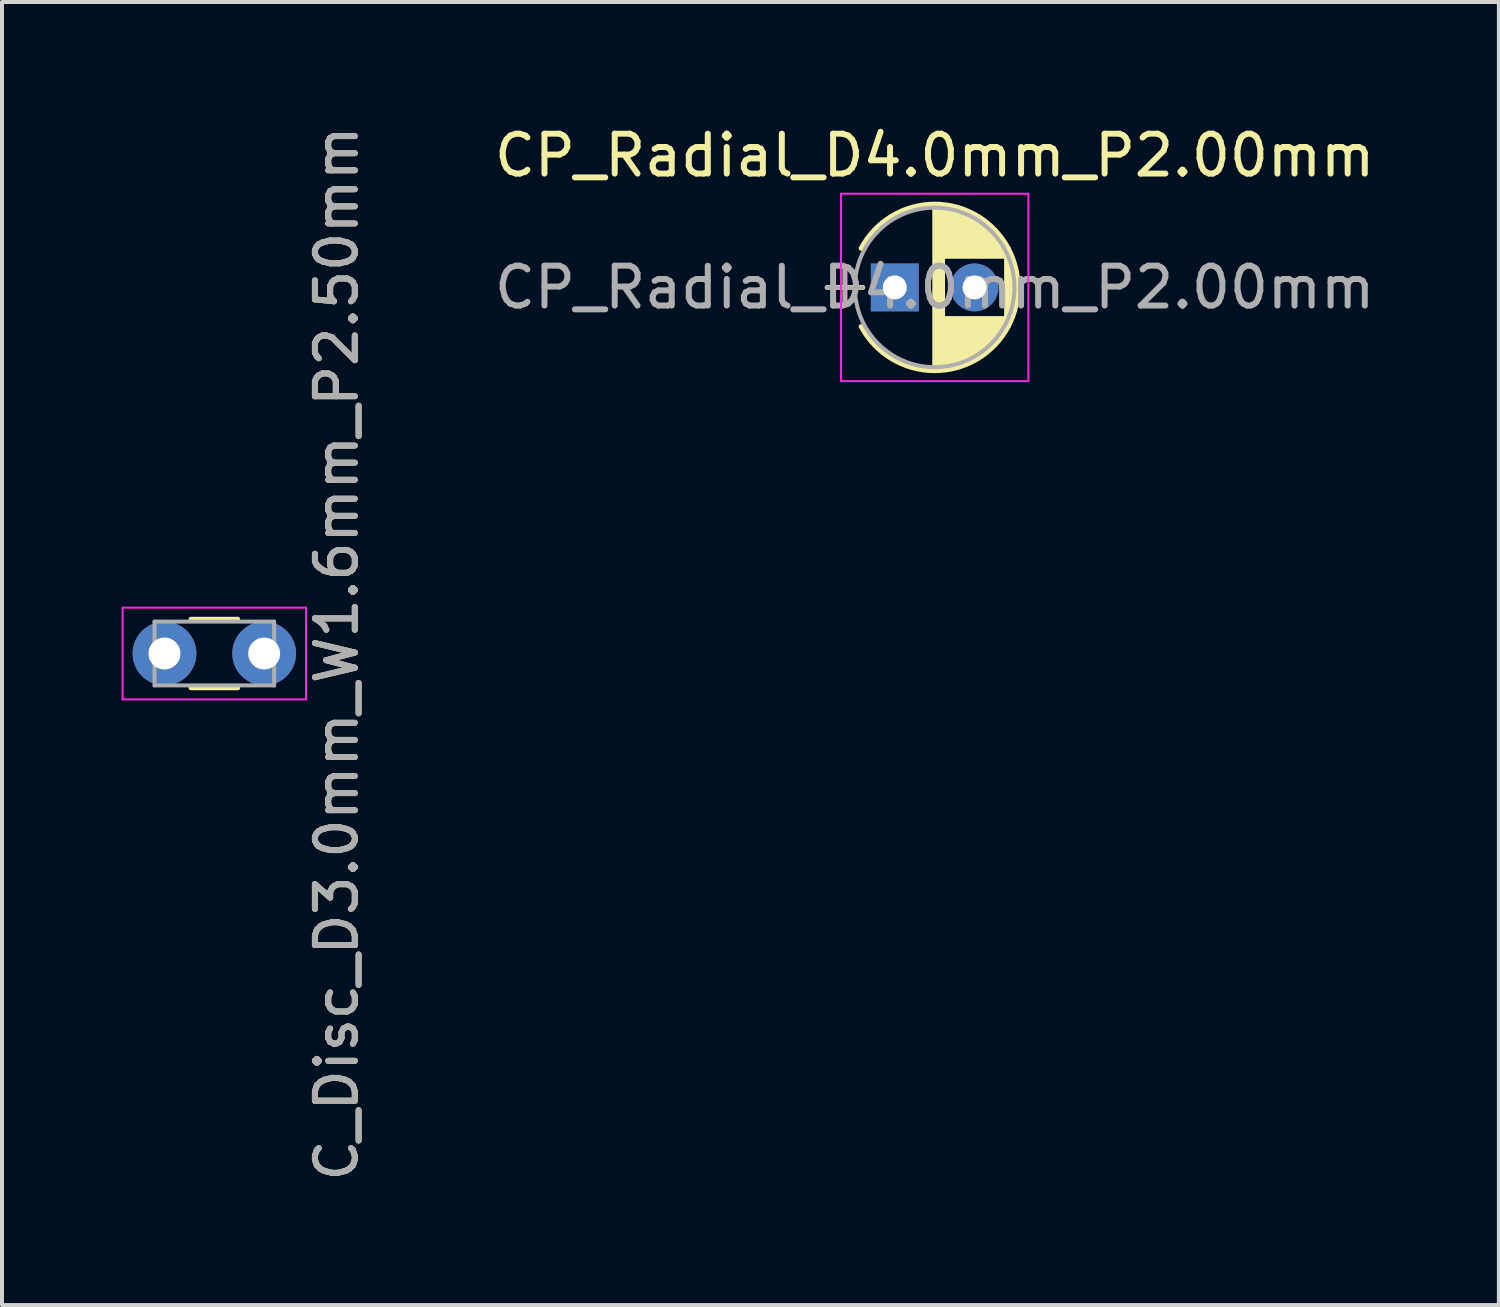
<source format=kicad_pcb>
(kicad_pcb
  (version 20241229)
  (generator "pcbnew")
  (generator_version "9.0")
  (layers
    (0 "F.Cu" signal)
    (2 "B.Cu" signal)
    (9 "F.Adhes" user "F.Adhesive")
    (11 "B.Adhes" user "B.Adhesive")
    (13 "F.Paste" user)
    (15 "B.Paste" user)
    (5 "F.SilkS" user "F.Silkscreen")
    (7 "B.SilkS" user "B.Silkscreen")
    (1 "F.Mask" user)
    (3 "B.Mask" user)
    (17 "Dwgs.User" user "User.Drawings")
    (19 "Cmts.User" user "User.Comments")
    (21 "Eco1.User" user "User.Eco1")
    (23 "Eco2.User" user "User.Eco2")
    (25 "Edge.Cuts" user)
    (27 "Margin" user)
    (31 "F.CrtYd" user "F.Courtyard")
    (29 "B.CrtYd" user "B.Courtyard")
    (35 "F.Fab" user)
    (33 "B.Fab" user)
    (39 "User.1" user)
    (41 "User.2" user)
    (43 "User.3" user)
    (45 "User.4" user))
  (footprint "C_Disc_D3.0mm_W1.6mm_P2.50mm"
    (layer "F.Cu")
    (at 1.075 13.339)
    (property "Reference" "C_Disc_D3.0mm_W1.6mm_P2.50mm" (at 4.318 0 90) (layer "F.SilkS") (effects (font (size 1 1) (thickness 0.15))))
    (attr through_hole)
    (fp_line (start 0.663 -0.861) (end 1.837 -0.861) (stroke (width 0.12) (type solid)) (layer "F.SilkS"))
    (fp_line (start 0.663 0.861) (end 1.837 0.861) (stroke (width 0.12) (type solid)) (layer "F.SilkS"))
    (fp_line (start -1.05 -1.15) (end -1.05 1.15) (stroke (width 0.05) (type solid)) (layer "F.CrtYd"))
    (fp_line (start -1.05 1.15) (end 3.55 1.15) (stroke (width 0.05) (type solid)) (layer "F.CrtYd"))
    (fp_line (start 3.55 -1.15) (end -1.05 -1.15) (stroke (width 0.05) (type solid)) (layer "F.CrtYd"))
    (fp_line (start 3.55 1.15) (end 3.55 -1.15) (stroke (width 0.05) (type solid)) (layer "F.CrtYd"))
    (fp_line (start -0.25 -0.8) (end -0.25 0.8) (stroke (width 0.1) (type solid)) (layer "F.Fab"))
    (fp_line (start -0.25 0.8) (end 2.75 0.8) (stroke (width 0.1) (type solid)) (layer "F.Fab"))
    (fp_line (start 2.75 -0.8) (end -0.25 -0.8) (stroke (width 0.1) (type solid)) (layer "F.Fab"))
    (fp_line (start 2.75 0.8) (end 2.75 -0.8) (stroke (width 0.1) (type solid)) (layer "F.Fab"))
    (fp_text user "${REFERENCE}" (at 4.318 0 90) (layer "F.Fab") (effects (font (size 1 1) (thickness 0.15))))
    (pad "1" thru_hole circle (at 0 0) (size 1.6 1.6) (drill 0.8) (layers "*.Cu" "*.Mask"))
    (pad "2" thru_hole circle (at 2.5 0) (size 1.6 1.6) (drill 0.8) (layers "*.Cu" "*.Mask")))
  (footprint "CP_Radial_D4.0mm_P2.00mm"
    (layer "F.Cu")
    (at 19.39 4.158)
    (property "Reference" "CP_Radial_D4.0mm_P2.00mm" (at 1 -3.31 0) (layer "F.SilkS") (effects (font (size 1 1) (thickness 0.15))))
    (attr through_hole)
    (fp_line (start -1.7 0) (end -0.8 0) (stroke (width 0.12) (type solid)) (layer "F.SilkS"))
    (fp_line (start -1.25 -0.45) (end -1.25 0.45) (stroke (width 0.12) (type solid)) (layer "F.SilkS"))
    (fp_line (start 1 -2.05) (end 1 2.05) (stroke (width 0.12) (type solid)) (layer "F.SilkS"))
    (fp_line (start 1.04 -2.05) (end 1.04 2.05) (stroke (width 0.12) (type solid)) (layer "F.SilkS"))
    (fp_line (start 1.08 -2.049) (end 1.08 2.049) (stroke (width 0.12) (type solid)) (layer "F.SilkS"))
    (fp_line (start 1.12 -2.047) (end 1.12 2.047) (stroke (width 0.12) (type solid)) (layer "F.SilkS"))
    (fp_line (start 1.16 -2.044) (end 1.16 2.044) (stroke (width 0.12) (type solid)) (layer "F.SilkS"))
    (fp_line (start 1.2 -2.041) (end 1.2 2.041) (stroke (width 0.12) (type solid)) (layer "F.SilkS"))
    (fp_line (start 1.24 -2.037) (end 1.24 -0.78) (stroke (width 0.12) (type solid)) (layer "F.SilkS"))
    (fp_line (start 1.24 0.78) (end 1.24 2.037) (stroke (width 0.12) (type solid)) (layer "F.SilkS"))
    (fp_line (start 1.28 -2.032) (end 1.28 -0.78) (stroke (width 0.12) (type solid)) (layer "F.SilkS"))
    (fp_line (start 1.28 0.78) (end 1.28 2.032) (stroke (width 0.12) (type solid)) (layer "F.SilkS"))
    (fp_line (start 1.32 -2.026) (end 1.32 -0.78) (stroke (width 0.12) (type solid)) (layer "F.SilkS"))
    (fp_line (start 1.32 0.78) (end 1.32 2.026) (stroke (width 0.12) (type solid)) (layer "F.SilkS"))
    (fp_line (start 1.36 -2.019) (end 1.36 -0.78) (stroke (width 0.12) (type solid)) (layer "F.SilkS"))
    (fp_line (start 1.36 0.78) (end 1.36 2.019) (stroke (width 0.12) (type solid)) (layer "F.SilkS"))
    (fp_line (start 1.4 -2.012) (end 1.4 -0.78) (stroke (width 0.12) (type solid)) (layer "F.SilkS"))
    (fp_line (start 1.4 0.78) (end 1.4 2.012) (stroke (width 0.12) (type solid)) (layer "F.SilkS"))
    (fp_line (start 1.44 -2.004) (end 1.44 -0.78) (stroke (width 0.12) (type solid)) (layer "F.SilkS"))
    (fp_line (start 1.44 0.78) (end 1.44 2.004) (stroke (width 0.12) (type solid)) (layer "F.SilkS"))
    (fp_line (start 1.48 -1.995) (end 1.48 -0.78) (stroke (width 0.12) (type solid)) (layer "F.SilkS"))
    (fp_line (start 1.48 0.78) (end 1.48 1.995) (stroke (width 0.12) (type solid)) (layer "F.SilkS"))
    (fp_line (start 1.52 -1.985) (end 1.52 -0.78) (stroke (width 0.12) (type solid)) (layer "F.SilkS"))
    (fp_line (start 1.52 0.78) (end 1.52 1.985) (stroke (width 0.12) (type solid)) (layer "F.SilkS"))
    (fp_line (start 1.56 -1.974) (end 1.56 -0.78) (stroke (width 0.12) (type solid)) (layer "F.SilkS"))
    (fp_line (start 1.56 0.78) (end 1.56 1.974) (stroke (width 0.12) (type solid)) (layer "F.SilkS"))
    (fp_line (start 1.6 -1.963) (end 1.6 -0.78) (stroke (width 0.12) (type solid)) (layer "F.SilkS"))
    (fp_line (start 1.6 0.78) (end 1.6 1.963) (stroke (width 0.12) (type solid)) (layer "F.SilkS"))
    (fp_line (start 1.64 -1.95) (end 1.64 -0.78) (stroke (width 0.12) (type solid)) (layer "F.SilkS"))
    (fp_line (start 1.64 0.78) (end 1.64 1.95) (stroke (width 0.12) (type solid)) (layer "F.SilkS"))
    (fp_line (start 1.68 -1.937) (end 1.68 -0.78) (stroke (width 0.12) (type solid)) (layer "F.SilkS"))
    (fp_line (start 1.68 0.78) (end 1.68 1.937) (stroke (width 0.12) (type solid)) (layer "F.SilkS"))
    (fp_line (start 1.721 -1.923) (end 1.721 -0.78) (stroke (width 0.12) (type solid)) (layer "F.SilkS"))
    (fp_line (start 1.721 0.78) (end 1.721 1.923) (stroke (width 0.12) (type solid)) (layer "F.SilkS"))
    (fp_line (start 1.761 -1.907) (end 1.761 -0.78) (stroke (width 0.12) (type solid)) (layer "F.SilkS"))
    (fp_line (start 1.761 0.78) (end 1.761 1.907) (stroke (width 0.12) (type solid)) (layer "F.SilkS"))
    (fp_line (start 1.801 -1.891) (end 1.801 -0.78) (stroke (width 0.12) (type solid)) (layer "F.SilkS"))
    (fp_line (start 1.801 0.78) (end 1.801 1.891) (stroke (width 0.12) (type solid)) (layer "F.SilkS"))
    (fp_line (start 1.841 -1.874) (end 1.841 -0.78) (stroke (width 0.12) (type solid)) (layer "F.SilkS"))
    (fp_line (start 1.841 0.78) (end 1.841 1.874) (stroke (width 0.12) (type solid)) (layer "F.SilkS"))
    (fp_line (start 1.881 -1.856) (end 1.881 -0.78) (stroke (width 0.12) (type solid)) (layer "F.SilkS"))
    (fp_line (start 1.881 0.78) (end 1.881 1.856) (stroke (width 0.12) (type solid)) (layer "F.SilkS"))
    (fp_line (start 1.921 -1.837) (end 1.921 -0.78) (stroke (width 0.12) (type solid)) (layer "F.SilkS"))
    (fp_line (start 1.921 0.78) (end 1.921 1.837) (stroke (width 0.12) (type solid)) (layer "F.SilkS"))
    (fp_line (start 1.961 -1.817) (end 1.961 -0.78) (stroke (width 0.12) (type solid)) (layer "F.SilkS"))
    (fp_line (start 1.961 0.78) (end 1.961 1.817) (stroke (width 0.12) (type solid)) (layer "F.SilkS"))
    (fp_line (start 2.001 -1.796) (end 2.001 -0.78) (stroke (width 0.12) (type solid)) (layer "F.SilkS"))
    (fp_line (start 2.001 0.78) (end 2.001 1.796) (stroke (width 0.12) (type solid)) (layer "F.SilkS"))
    (fp_line (start 2.041 -1.773) (end 2.041 -0.78) (stroke (width 0.12) (type solid)) (layer "F.SilkS"))
    (fp_line (start 2.041 0.78) (end 2.041 1.773) (stroke (width 0.12) (type solid)) (layer "F.SilkS"))
    (fp_line (start 2.081 -1.75) (end 2.081 -0.78) (stroke (width 0.12) (type solid)) (layer "F.SilkS"))
    (fp_line (start 2.081 0.78) (end 2.081 1.75) (stroke (width 0.12) (type solid)) (layer "F.SilkS"))
    (fp_line (start 2.121 -1.725) (end 2.121 -0.78) (stroke (width 0.12) (type solid)) (layer "F.SilkS"))
    (fp_line (start 2.121 0.78) (end 2.121 1.725) (stroke (width 0.12) (type solid)) (layer "F.SilkS"))
    (fp_line (start 2.161 -1.699) (end 2.161 -0.78) (stroke (width 0.12) (type solid)) (layer "F.SilkS"))
    (fp_line (start 2.161 0.78) (end 2.161 1.699) (stroke (width 0.12) (type solid)) (layer "F.SilkS"))
    (fp_line (start 2.201 -1.672) (end 2.201 -0.78) (stroke (width 0.12) (type solid)) (layer "F.SilkS"))
    (fp_line (start 2.201 0.78) (end 2.201 1.672) (stroke (width 0.12) (type solid)) (layer "F.SilkS"))
    (fp_line (start 2.241 -1.643) (end 2.241 -0.78) (stroke (width 0.12) (type solid)) (layer "F.SilkS"))
    (fp_line (start 2.241 0.78) (end 2.241 1.643) (stroke (width 0.12) (type solid)) (layer "F.SilkS"))
    (fp_line (start 2.281 -1.613) (end 2.281 -0.78) (stroke (width 0.12) (type solid)) (layer "F.SilkS"))
    (fp_line (start 2.281 0.78) (end 2.281 1.613) (stroke (width 0.12) (type solid)) (layer "F.SilkS"))
    (fp_line (start 2.321 -1.581) (end 2.321 -0.78) (stroke (width 0.12) (type solid)) (layer "F.SilkS"))
    (fp_line (start 2.321 0.78) (end 2.321 1.581) (stroke (width 0.12) (type solid)) (layer "F.SilkS"))
    (fp_line (start 2.361 -1.547) (end 2.361 -0.78) (stroke (width 0.12) (type solid)) (layer "F.SilkS"))
    (fp_line (start 2.361 0.78) (end 2.361 1.547) (stroke (width 0.12) (type solid)) (layer "F.SilkS"))
    (fp_line (start 2.401 -1.512) (end 2.401 -0.78) (stroke (width 0.12) (type solid)) (layer "F.SilkS"))
    (fp_line (start 2.401 0.78) (end 2.401 1.512) (stroke (width 0.12) (type solid)) (layer "F.SilkS"))
    (fp_line (start 2.441 -1.475) (end 2.441 -0.78) (stroke (width 0.12) (type solid)) (layer "F.SilkS"))
    (fp_line (start 2.441 0.78) (end 2.441 1.475) (stroke (width 0.12) (type solid)) (layer "F.SilkS"))
    (fp_line (start 2.481 -1.436) (end 2.481 -0.78) (stroke (width 0.12) (type solid)) (layer "F.SilkS"))
    (fp_line (start 2.481 0.78) (end 2.481 1.436) (stroke (width 0.12) (type solid)) (layer "F.SilkS"))
    (fp_line (start 2.521 -1.395) (end 2.521 -0.78) (stroke (width 0.12) (type solid)) (layer "F.SilkS"))
    (fp_line (start 2.521 0.78) (end 2.521 1.395) (stroke (width 0.12) (type solid)) (layer "F.SilkS"))
    (fp_line (start 2.561 -1.351) (end 2.561 -0.78) (stroke (width 0.12) (type solid)) (layer "F.SilkS"))
    (fp_line (start 2.561 0.78) (end 2.561 1.351) (stroke (width 0.12) (type solid)) (layer "F.SilkS"))
    (fp_line (start 2.601 -1.305) (end 2.601 -0.78) (stroke (width 0.12) (type solid)) (layer "F.SilkS"))
    (fp_line (start 2.601 0.78) (end 2.601 1.305) (stroke (width 0.12) (type solid)) (layer "F.SilkS"))
    (fp_line (start 2.641 -1.256) (end 2.641 -0.78) (stroke (width 0.12) (type solid)) (layer "F.SilkS"))
    (fp_line (start 2.641 0.78) (end 2.641 1.256) (stroke (width 0.12) (type solid)) (layer "F.SilkS"))
    (fp_line (start 2.681 -1.204) (end 2.681 -0.78) (stroke (width 0.12) (type solid)) (layer "F.SilkS"))
    (fp_line (start 2.681 0.78) (end 2.681 1.204) (stroke (width 0.12) (type solid)) (layer "F.SilkS"))
    (fp_line (start 2.721 -1.148) (end 2.721 -0.78) (stroke (width 0.12) (type solid)) (layer "F.SilkS"))
    (fp_line (start 2.721 0.78) (end 2.721 1.148) (stroke (width 0.12) (type solid)) (layer "F.SilkS"))
    (fp_line (start 2.761 -1.088) (end 2.761 -0.78) (stroke (width 0.12) (type solid)) (layer "F.SilkS"))
    (fp_line (start 2.761 0.78) (end 2.761 1.088) (stroke (width 0.12) (type solid)) (layer "F.SilkS"))
    (fp_line (start 2.801 -1.023) (end 2.801 1.023) (stroke (width 0.12) (type solid)) (layer "F.SilkS"))
    (fp_line (start 2.841 -0.952) (end 2.841 0.952) (stroke (width 0.12) (type solid)) (layer "F.SilkS"))
    (fp_line (start 2.881 -0.874) (end 2.881 0.874) (stroke (width 0.12) (type solid)) (layer "F.SilkS"))
    (fp_line (start 2.921 -0.786) (end 2.921 0.786) (stroke (width 0.12) (type solid)) (layer "F.SilkS"))
    (fp_line (start 2.961 -0.686) (end 2.961 0.686) (stroke (width 0.12) (type solid)) (layer "F.SilkS"))
    (fp_line (start 3.001 -0.567) (end 3.001 0.567) (stroke (width 0.12) (type solid)) (layer "F.SilkS"))
    (fp_line (start 3.041 -0.415) (end 3.041 0.415) (stroke (width 0.12) (type solid)) (layer "F.SilkS"))
    (fp_line (start 3.081 -0.165) (end 3.081 0.165) (stroke (width 0.12) (type solid)) (layer "F.SilkS"))
    (fp_arc (start -0.845996 -0.98) (mid 1.00047 -2.09) (end 2.846436 -0.97917) (stroke (width 0.12) (type solid)) (layer "F.SilkS"))
    (fp_arc (start 2.845996 -0.98) (mid 3.09 -0.00047) (end 2.846436 0.97917) (stroke (width 0.12) (type solid)) (layer "F.SilkS"))
    (fp_arc (start 2.846436 0.97917) (mid 1.00047 2.09) (end -0.845996 0.98) (stroke (width 0.12) (type solid)) (layer "F.SilkS"))
    (fp_line (start -1.35 -2.35) (end -1.35 2.35) (stroke (width 0.05) (type solid)) (layer "F.CrtYd"))
    (fp_line (start -1.35 2.35) (end 3.35 2.35) (stroke (width 0.05) (type solid)) (layer "F.CrtYd"))
    (fp_line (start 3.35 -2.35) (end -1.35 -2.35) (stroke (width 0.05) (type solid)) (layer "F.CrtYd"))
    (fp_line (start 3.35 2.35) (end 3.35 -2.35) (stroke (width 0.05) (type solid)) (layer "F.CrtYd"))
    (fp_line (start -1.7 0) (end -0.8 0) (stroke (width 0.1) (type solid)) (layer "F.Fab"))
    (fp_line (start -1.25 -0.45) (end -1.25 0.45) (stroke (width 0.1) (type solid)) (layer "F.Fab"))
    (fp_circle (center 1 0) (end 3 0) (stroke (width 0.1) (type solid)) (fill no) (layer "F.Fab"))
    (fp_text user "${REFERENCE}" (at 1 0 0) (layer "F.Fab") (effects (font (size 1 1) (thickness 0.15))))
    (pad "1" thru_hole rect (at 0 0) (size 1.2 1.2) (drill 0.6) (layers "*.Cu" "*.Mask"))
    (pad "2" thru_hole circle (at 2 0) (size 1.2 1.2) (drill 0.6) (layers "*.Cu" "*.Mask")))
  (gr_rect
    (start -3 -3)
    (end 34.539 29.679)
    (stroke (width 0.1) (type default))
    (fill no)
    (layer "Edge.Cuts")))
</source>
